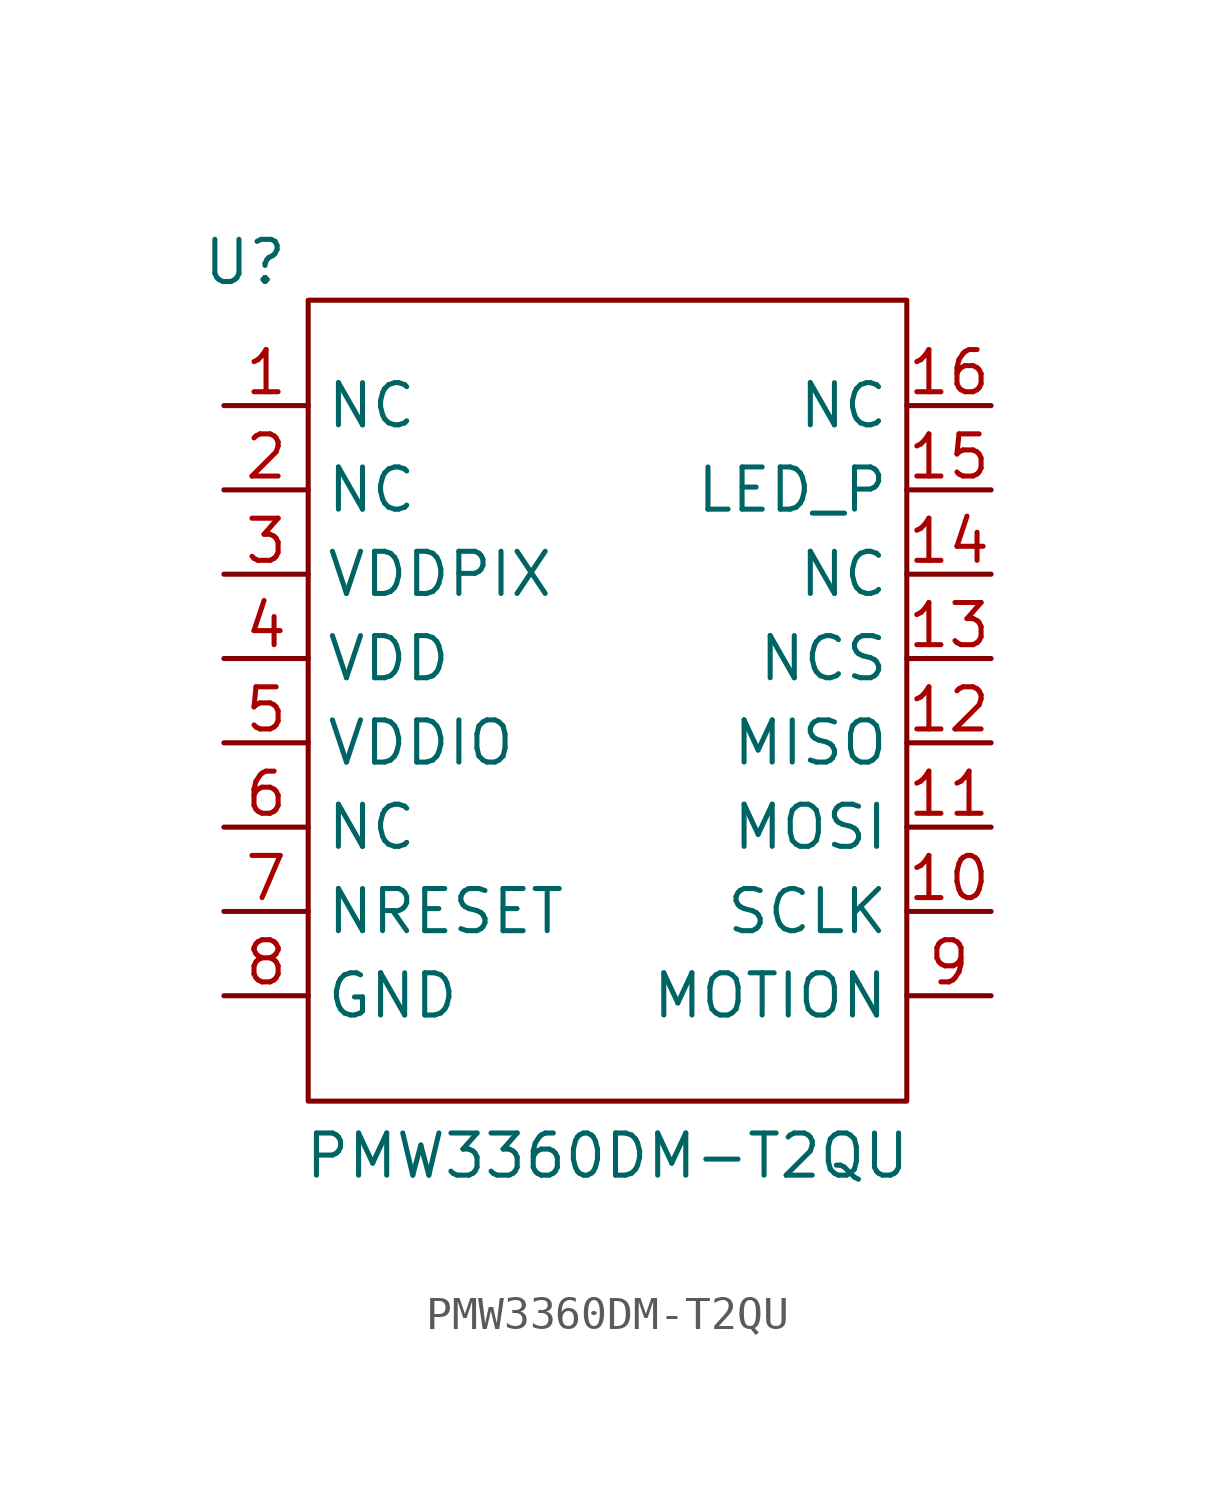
<source format=kicad_sym>
(kicad_symbol_lib
  (version 20211014)
  (generator kicad_symbol_editor)
  (symbol "PMW3360DM-T2QU"
    (property "Reference" "U"
      (at -10.922 13.208 0)
      (effects (font (size 1.27 1.27))))
    (property "Value" "PMW3360DM-T2QU"
      (at 0 -13.716 0)
      (effects (font (size 1.27 1.27))))
    (symbol "PMW3360DM-T2QU_0_1"
      (rectangle (start -9.017 12.065) (end 9.017 -12.065) (stroke (width 0) (type default) (color 0 0 0 0)) (fill (type none))))
    (symbol "PMW3360DM-T2QU_1_1"
      (pin input line (at -11.557 8.89 0) (length 2.54) (name "NC" (effects (font (size 1.27 1.27)))) (number "1" (effects (font (size 1.27 1.27)))))
      (pin input line (at 11.557 -6.35 180) (length 2.54) (name "SCLK" (effects (font (size 1.27 1.27)))) (number "10" (effects (font (size 1.27 1.27)))))
      (pin input line (at 11.557 -3.81 180) (length 2.54) (name "MOSI" (effects (font (size 1.27 1.27)))) (number "11" (effects (font (size 1.27 1.27)))))
      (pin input line (at 11.557 -1.27 180) (length 2.54) (name "MISO" (effects (font (size 1.27 1.27)))) (number "12" (effects (font (size 1.27 1.27)))))
      (pin input line (at 11.557 1.27 180) (length 2.54) (name "NCS" (effects (font (size 1.27 1.27)))) (number "13" (effects (font (size 1.27 1.27)))))
      (pin input line (at 11.557 3.81 180) (length 2.54) (name "NC" (effects (font (size 1.27 1.27)))) (number "14" (effects (font (size 1.27 1.27)))))
      (pin input line (at 11.557 6.35 180) (length 2.54) (name "LED_P" (effects (font (size 1.27 1.27)))) (number "15" (effects (font (size 1.27 1.27)))))
      (pin input line (at 11.557 8.89 180) (length 2.54) (name "NC" (effects (font (size 1.27 1.27)))) (number "16" (effects (font (size 1.27 1.27)))))
      (pin input line (at -11.557 6.35 0) (length 2.54) (name "NC" (effects (font (size 1.27 1.27)))) (number "2" (effects (font (size 1.27 1.27)))))
      (pin input line (at -11.557 3.81 0) (length 2.54) (name "VDDPIX" (effects (font (size 1.27 1.27)))) (number "3" (effects (font (size 1.27 1.27)))))
      (pin input line (at -11.557 1.27 0) (length 2.54) (name "VDD" (effects (font (size 1.27 1.27)))) (number "4" (effects (font (size 1.27 1.27)))))
      (pin input line (at -11.557 -1.27 0) (length 2.54) (name "VDDIO" (effects (font (size 1.27 1.27)))) (number "5" (effects (font (size 1.27 1.27)))))
      (pin input line (at -11.557 -3.81 0) (length 2.54) (name "NC" (effects (font (size 1.27 1.27)))) (number "6" (effects (font (size 1.27 1.27)))))
      (pin input line (at -11.557 -6.35 0) (length 2.54) (name "NRESET" (effects (font (size 1.27 1.27)))) (number "7" (effects (font (size 1.27 1.27)))))
      (pin input line (at -11.557 -8.89 0) (length 2.54) (name "GND" (effects (font (size 1.27 1.27)))) (number "8" (effects (font (size 1.27 1.27)))))
      (pin input line (at 11.557 -8.89 180) (length 2.54) (name "MOTION" (effects (font (size 1.27 1.27)))) (number "9" (effects (font (size 1.27 1.27))))))))
</source>
